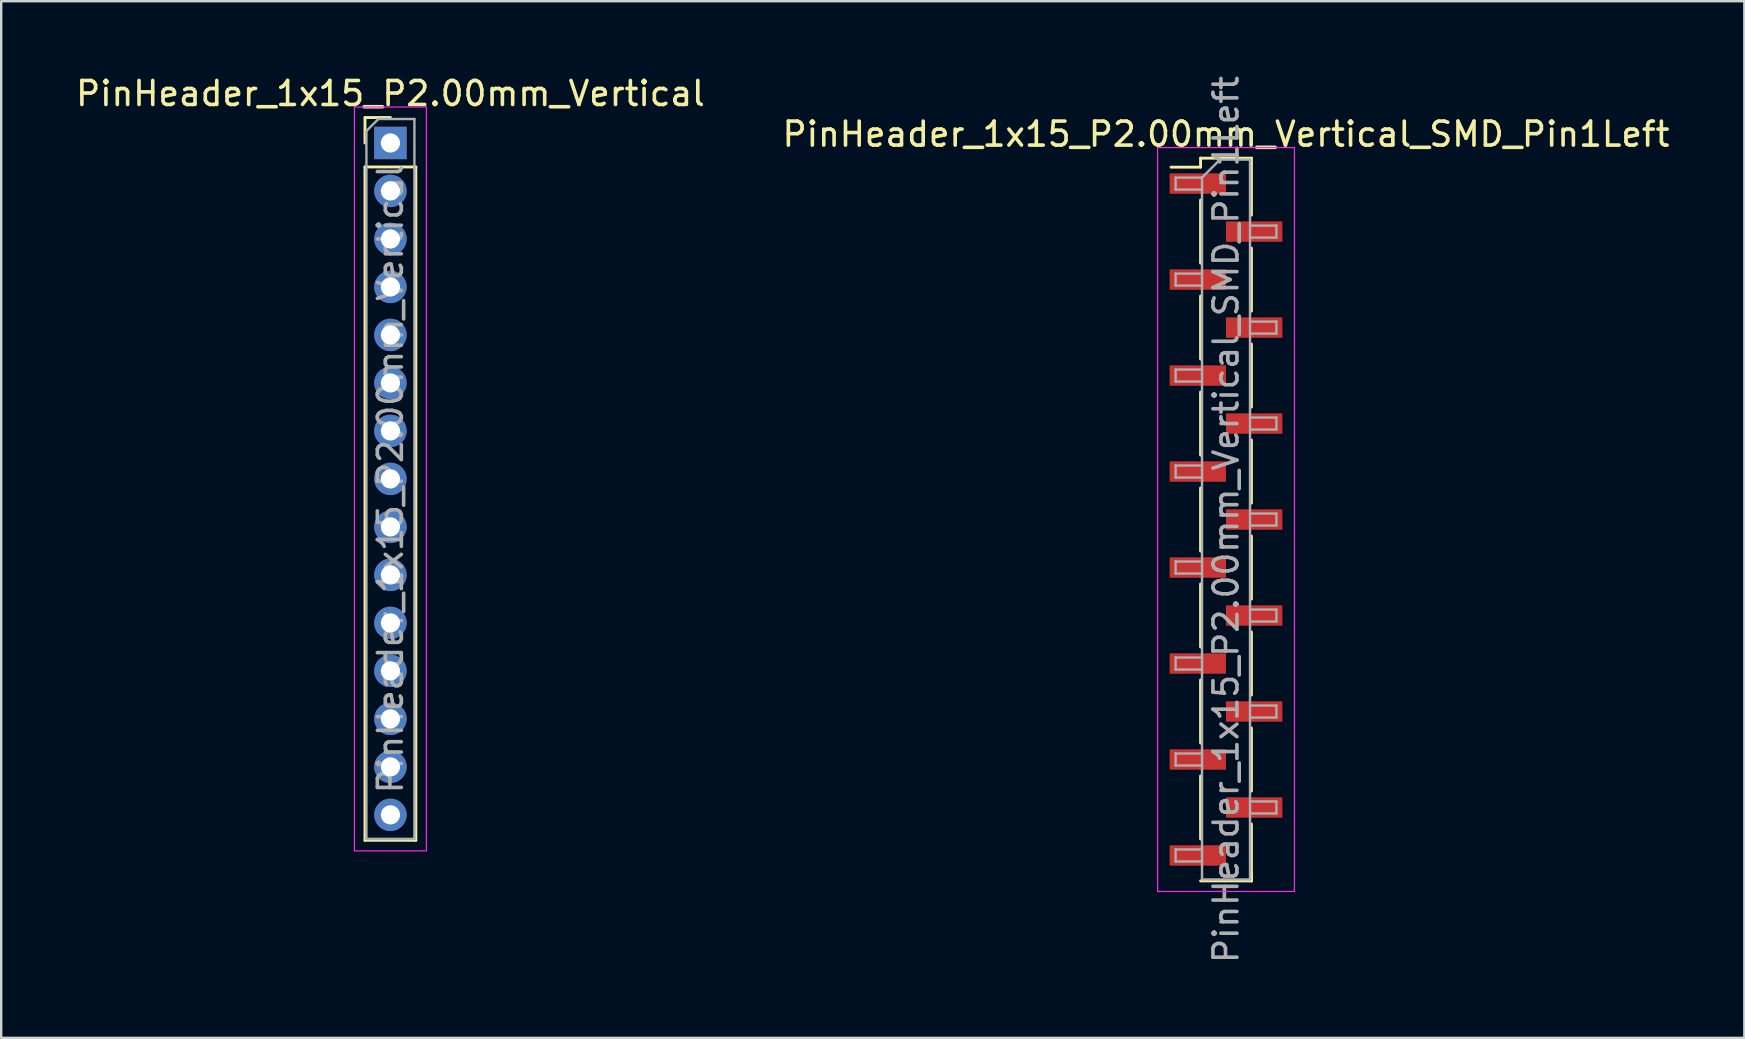
<source format=kicad_pcb>
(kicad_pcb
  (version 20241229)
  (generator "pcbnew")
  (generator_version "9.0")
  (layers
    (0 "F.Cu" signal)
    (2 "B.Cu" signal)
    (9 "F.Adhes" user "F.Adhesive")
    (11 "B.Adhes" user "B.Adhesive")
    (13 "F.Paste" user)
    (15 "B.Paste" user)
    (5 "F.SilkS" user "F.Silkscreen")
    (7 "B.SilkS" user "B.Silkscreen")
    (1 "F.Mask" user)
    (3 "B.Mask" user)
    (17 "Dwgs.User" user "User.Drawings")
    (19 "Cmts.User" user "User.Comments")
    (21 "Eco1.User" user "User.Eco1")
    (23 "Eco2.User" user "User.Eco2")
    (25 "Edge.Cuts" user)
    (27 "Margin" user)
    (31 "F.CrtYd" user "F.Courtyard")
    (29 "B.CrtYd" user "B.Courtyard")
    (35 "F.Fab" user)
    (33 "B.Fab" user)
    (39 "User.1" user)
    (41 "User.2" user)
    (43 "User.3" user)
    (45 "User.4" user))
  (footprint "PinHeader_1x15_P2.00mm_Vertical"
    (layer "F.Cu")
    (at 13.22 2.908)
    (property "Reference" "PinHeader_1x15_P2.00mm_Vertical" (at 0 -2.06 0) (layer "F.SilkS") (effects (font (size 1 1) (thickness 0.15))))
    (attr through_hole)
    (fp_line (start -1.06 -1.06) (end 0 -1.06) (stroke (width 0.12) (type solid)) (layer "F.SilkS"))
    (fp_line (start -1.06 0) (end -1.06 -1.06) (stroke (width 0.12) (type solid)) (layer "F.SilkS"))
    (fp_line (start -1.06 1) (end -1.06 29.06) (stroke (width 0.12) (type solid)) (layer "F.SilkS"))
    (fp_line (start -1.06 1) (end 1.06 1) (stroke (width 0.12) (type solid)) (layer "F.SilkS"))
    (fp_line (start -1.06 29.06) (end 1.06 29.06) (stroke (width 0.12) (type solid)) (layer "F.SilkS"))
    (fp_line (start 1.06 1) (end 1.06 29.06) (stroke (width 0.12) (type solid)) (layer "F.SilkS"))
    (fp_line (start -1.5 -1.5) (end -1.5 29.5) (stroke (width 0.05) (type solid)) (layer "F.CrtYd"))
    (fp_line (start -1.5 29.5) (end 1.5 29.5) (stroke (width 0.05) (type solid)) (layer "F.CrtYd"))
    (fp_line (start 1.5 -1.5) (end -1.5 -1.5) (stroke (width 0.05) (type solid)) (layer "F.CrtYd"))
    (fp_line (start 1.5 29.5) (end 1.5 -1.5) (stroke (width 0.05) (type solid)) (layer "F.CrtYd"))
    (fp_line (start -1 -0.5) (end -0.5 -1) (stroke (width 0.1) (type solid)) (layer "F.Fab"))
    (fp_line (start -1 29) (end -1 -0.5) (stroke (width 0.1) (type solid)) (layer "F.Fab"))
    (fp_line (start -0.5 -1) (end 1 -1) (stroke (width 0.1) (type solid)) (layer "F.Fab"))
    (fp_line (start 1 -1) (end 1 29) (stroke (width 0.1) (type solid)) (layer "F.Fab"))
    (fp_line (start 1 29) (end -1 29) (stroke (width 0.1) (type solid)) (layer "F.Fab"))
    (fp_text user "${REFERENCE}" (at 0 14 90) (layer "F.Fab") (effects (font (size 1 1) (thickness 0.15))))
    (pad "1" thru_hole rect (at 0 0) (size 1.35 1.35) (drill 0.8) (layers "*.Cu" "*.Mask"))
    (pad "2" thru_hole oval (at 0 2) (size 1.35 1.35) (drill 0.8) (layers "*.Cu" "*.Mask"))
    (pad "3" thru_hole oval (at 0 4) (size 1.35 1.35) (drill 0.8) (layers "*.Cu" "*.Mask"))
    (pad "4" thru_hole oval (at 0 6) (size 1.35 1.35) (drill 0.8) (layers "*.Cu" "*.Mask"))
    (pad "5" thru_hole oval (at 0 8) (size 1.35 1.35) (drill 0.8) (layers "*.Cu" "*.Mask"))
    (pad "6" thru_hole oval (at 0 10) (size 1.35 1.35) (drill 0.8) (layers "*.Cu" "*.Mask"))
    (pad "7" thru_hole oval (at 0 12) (size 1.35 1.35) (drill 0.8) (layers "*.Cu" "*.Mask"))
    (pad "8" thru_hole oval (at 0 14) (size 1.35 1.35) (drill 0.8) (layers "*.Cu" "*.Mask"))
    (pad "9" thru_hole oval (at 0 16) (size 1.35 1.35) (drill 0.8) (layers "*.Cu" "*.Mask"))
    (pad "10" thru_hole oval (at 0 18) (size 1.35 1.35) (drill 0.8) (layers "*.Cu" "*.Mask"))
    (pad "11" thru_hole oval (at 0 20) (size 1.35 1.35) (drill 0.8) (layers "*.Cu" "*.Mask"))
    (pad "12" thru_hole oval (at 0 22) (size 1.35 1.35) (drill 0.8) (layers "*.Cu" "*.Mask"))
    (pad "13" thru_hole oval (at 0 24) (size 1.35 1.35) (drill 0.8) (layers "*.Cu" "*.Mask"))
    (pad "14" thru_hole oval (at 0 26) (size 1.35 1.35) (drill 0.8) (layers "*.Cu" "*.Mask"))
    (pad "15" thru_hole oval (at 0 28) (size 1.35 1.35) (drill 0.8) (layers "*.Cu" "*.Mask")))
  (footprint "PinHeader_1x15_P2.00mm_Vertical_SMD_Pin1Left"
    (layer "F.Cu")
    (at 48.042 18.601)
    (property "Reference" "PinHeader_1x15_P2.00mm_Vertical_SMD_Pin1Left" (at 0 -16.06 0) (layer "F.SilkS") (effects (font (size 1 1) (thickness 0.15))))
    (attr smd)
    (fp_line (start -1.06 -15.06) (end -1.06 -14.685) (stroke (width 0.12) (type solid)) (layer "F.SilkS"))
    (fp_line (start -1.06 -15.06) (end 1.06 -15.06) (stroke (width 0.12) (type solid)) (layer "F.SilkS"))
    (fp_line (start -1.06 -14.685) (end -2.29 -14.685) (stroke (width 0.12) (type solid)) (layer "F.SilkS"))
    (fp_line (start -1.06 -13.315) (end -1.06 -10.685) (stroke (width 0.12) (type solid)) (layer "F.SilkS"))
    (fp_line (start -1.06 -9.315) (end -1.06 -6.685) (stroke (width 0.12) (type solid)) (layer "F.SilkS"))
    (fp_line (start -1.06 -5.315) (end -1.06 -2.685) (stroke (width 0.12) (type solid)) (layer "F.SilkS"))
    (fp_line (start -1.06 -1.315) (end -1.06 1.315) (stroke (width 0.12) (type solid)) (layer "F.SilkS"))
    (fp_line (start -1.06 2.685) (end -1.06 5.315) (stroke (width 0.12) (type solid)) (layer "F.SilkS"))
    (fp_line (start -1.06 6.685) (end -1.06 9.315) (stroke (width 0.12) (type solid)) (layer "F.SilkS"))
    (fp_line (start -1.06 10.685) (end -1.06 13.315) (stroke (width 0.12) (type solid)) (layer "F.SilkS"))
    (fp_line (start -1.06 15.06) (end 1.06 15.06) (stroke (width 0.12) (type solid)) (layer "F.SilkS"))
    (fp_line (start 1.06 -15.06) (end 1.06 -12.685) (stroke (width 0.12) (type solid)) (layer "F.SilkS"))
    (fp_line (start 1.06 -11.315) (end 1.06 -8.685) (stroke (width 0.12) (type solid)) (layer "F.SilkS"))
    (fp_line (start 1.06 -7.315) (end 1.06 -4.685) (stroke (width 0.12) (type solid)) (layer "F.SilkS"))
    (fp_line (start 1.06 -3.315) (end 1.06 -0.685) (stroke (width 0.12) (type solid)) (layer "F.SilkS"))
    (fp_line (start 1.06 0.685) (end 1.06 3.315) (stroke (width 0.12) (type solid)) (layer "F.SilkS"))
    (fp_line (start 1.06 4.685) (end 1.06 7.315) (stroke (width 0.12) (type solid)) (layer "F.SilkS"))
    (fp_line (start 1.06 8.685) (end 1.06 11.315) (stroke (width 0.12) (type solid)) (layer "F.SilkS"))
    (fp_line (start 1.06 12.685) (end 1.06 15.06) (stroke (width 0.12) (type solid)) (layer "F.SilkS"))
    (fp_line (start 1.06 14.685) (end 1.06 15.06) (stroke (width 0.12) (type solid)) (layer "F.SilkS"))
    (fp_line (start -2.85 -15.5) (end -2.85 15.5) (stroke (width 0.05) (type solid)) (layer "F.CrtYd"))
    (fp_line (start -2.85 15.5) (end 2.85 15.5) (stroke (width 0.05) (type solid)) (layer "F.CrtYd"))
    (fp_line (start 2.85 -15.5) (end -2.85 -15.5) (stroke (width 0.05) (type solid)) (layer "F.CrtYd"))
    (fp_line (start 2.85 15.5) (end 2.85 -15.5) (stroke (width 0.05) (type solid)) (layer "F.CrtYd"))
    (fp_line (start -2.1 -14.25) (end -2.1 -13.75) (stroke (width 0.1) (type solid)) (layer "F.Fab"))
    (fp_line (start -2.1 -13.75) (end -1 -13.75) (stroke (width 0.1) (type solid)) (layer "F.Fab"))
    (fp_line (start -2.1 -10.25) (end -2.1 -9.75) (stroke (width 0.1) (type solid)) (layer "F.Fab"))
    (fp_line (start -2.1 -9.75) (end -1 -9.75) (stroke (width 0.1) (type solid)) (layer "F.Fab"))
    (fp_line (start -2.1 -6.25) (end -2.1 -5.75) (stroke (width 0.1) (type solid)) (layer "F.Fab"))
    (fp_line (start -2.1 -5.75) (end -1 -5.75) (stroke (width 0.1) (type solid)) (layer "F.Fab"))
    (fp_line (start -2.1 -2.25) (end -2.1 -1.75) (stroke (width 0.1) (type solid)) (layer "F.Fab"))
    (fp_line (start -2.1 -1.75) (end -1 -1.75) (stroke (width 0.1) (type solid)) (layer "F.Fab"))
    (fp_line (start -2.1 1.75) (end -2.1 2.25) (stroke (width 0.1) (type solid)) (layer "F.Fab"))
    (fp_line (start -2.1 2.25) (end -1 2.25) (stroke (width 0.1) (type solid)) (layer "F.Fab"))
    (fp_line (start -2.1 5.75) (end -2.1 6.25) (stroke (width 0.1) (type solid)) (layer "F.Fab"))
    (fp_line (start -2.1 6.25) (end -1 6.25) (stroke (width 0.1) (type solid)) (layer "F.Fab"))
    (fp_line (start -2.1 9.75) (end -2.1 10.25) (stroke (width 0.1) (type solid)) (layer "F.Fab"))
    (fp_line (start -2.1 10.25) (end -1 10.25) (stroke (width 0.1) (type solid)) (layer "F.Fab"))
    (fp_line (start -2.1 13.75) (end -2.1 14.25) (stroke (width 0.1) (type solid)) (layer "F.Fab"))
    (fp_line (start -2.1 14.25) (end -1 14.25) (stroke (width 0.1) (type solid)) (layer "F.Fab"))
    (fp_line (start -1 -14.25) (end -2.1 -14.25) (stroke (width 0.1) (type solid)) (layer "F.Fab"))
    (fp_line (start -1 -14.25) (end -0.25 -15) (stroke (width 0.1) (type solid)) (layer "F.Fab"))
    (fp_line (start -1 -10.25) (end -2.1 -10.25) (stroke (width 0.1) (type solid)) (layer "F.Fab"))
    (fp_line (start -1 -6.25) (end -2.1 -6.25) (stroke (width 0.1) (type solid)) (layer "F.Fab"))
    (fp_line (start -1 -2.25) (end -2.1 -2.25) (stroke (width 0.1) (type solid)) (layer "F.Fab"))
    (fp_line (start -1 1.75) (end -2.1 1.75) (stroke (width 0.1) (type solid)) (layer "F.Fab"))
    (fp_line (start -1 5.75) (end -2.1 5.75) (stroke (width 0.1) (type solid)) (layer "F.Fab"))
    (fp_line (start -1 9.75) (end -2.1 9.75) (stroke (width 0.1) (type solid)) (layer "F.Fab"))
    (fp_line (start -1 13.75) (end -2.1 13.75) (stroke (width 0.1) (type solid)) (layer "F.Fab"))
    (fp_line (start -1 15) (end -1 -14.25) (stroke (width 0.1) (type solid)) (layer "F.Fab"))
    (fp_line (start -0.25 -15) (end 1 -15) (stroke (width 0.1) (type solid)) (layer "F.Fab"))
    (fp_line (start 1 -15) (end 1 15) (stroke (width 0.1) (type solid)) (layer "F.Fab"))
    (fp_line (start 1 -12.25) (end 2.1 -12.25) (stroke (width 0.1) (type solid)) (layer "F.Fab"))
    (fp_line (start 1 -8.25) (end 2.1 -8.25) (stroke (width 0.1) (type solid)) (layer "F.Fab"))
    (fp_line (start 1 -4.25) (end 2.1 -4.25) (stroke (width 0.1) (type solid)) (layer "F.Fab"))
    (fp_line (start 1 -0.25) (end 2.1 -0.25) (stroke (width 0.1) (type solid)) (layer "F.Fab"))
    (fp_line (start 1 3.75) (end 2.1 3.75) (stroke (width 0.1) (type solid)) (layer "F.Fab"))
    (fp_line (start 1 7.75) (end 2.1 7.75) (stroke (width 0.1) (type solid)) (layer "F.Fab"))
    (fp_line (start 1 11.75) (end 2.1 11.75) (stroke (width 0.1) (type solid)) (layer "F.Fab"))
    (fp_line (start 1 15) (end -1 15) (stroke (width 0.1) (type solid)) (layer "F.Fab"))
    (fp_line (start 2.1 -12.25) (end 2.1 -11.75) (stroke (width 0.1) (type solid)) (layer "F.Fab"))
    (fp_line (start 2.1 -11.75) (end 1 -11.75) (stroke (width 0.1) (type solid)) (layer "F.Fab"))
    (fp_line (start 2.1 -8.25) (end 2.1 -7.75) (stroke (width 0.1) (type solid)) (layer "F.Fab"))
    (fp_line (start 2.1 -7.75) (end 1 -7.75) (stroke (width 0.1) (type solid)) (layer "F.Fab"))
    (fp_line (start 2.1 -4.25) (end 2.1 -3.75) (stroke (width 0.1) (type solid)) (layer "F.Fab"))
    (fp_line (start 2.1 -3.75) (end 1 -3.75) (stroke (width 0.1) (type solid)) (layer "F.Fab"))
    (fp_line (start 2.1 -0.25) (end 2.1 0.25) (stroke (width 0.1) (type solid)) (layer "F.Fab"))
    (fp_line (start 2.1 0.25) (end 1 0.25) (stroke (width 0.1) (type solid)) (layer "F.Fab"))
    (fp_line (start 2.1 3.75) (end 2.1 4.25) (stroke (width 0.1) (type solid)) (layer "F.Fab"))
    (fp_line (start 2.1 4.25) (end 1 4.25) (stroke (width 0.1) (type solid)) (layer "F.Fab"))
    (fp_line (start 2.1 7.75) (end 2.1 8.25) (stroke (width 0.1) (type solid)) (layer "F.Fab"))
    (fp_line (start 2.1 8.25) (end 1 8.25) (stroke (width 0.1) (type solid)) (layer "F.Fab"))
    (fp_line (start 2.1 11.75) (end 2.1 12.25) (stroke (width 0.1) (type solid)) (layer "F.Fab"))
    (fp_line (start 2.1 12.25) (end 1 12.25) (stroke (width 0.1) (type solid)) (layer "F.Fab"))
    (fp_text user "${REFERENCE}" (at 0 0 90) (layer "F.Fab") (effects (font (size 1 1) (thickness 0.15))))
    (pad "1" smd rect (at -1.175 -14) (size 2.35 0.85) (layers "F.Cu" "F.Mask" "F.Paste"))
    (pad "2" smd rect (at 1.175 -12) (size 2.35 0.85) (layers "F.Cu" "F.Mask" "F.Paste"))
    (pad "3" smd rect (at -1.175 -10) (size 2.35 0.85) (layers "F.Cu" "F.Mask" "F.Paste"))
    (pad "4" smd rect (at 1.175 -8) (size 2.35 0.85) (layers "F.Cu" "F.Mask" "F.Paste"))
    (pad "5" smd rect (at -1.175 -6) (size 2.35 0.85) (layers "F.Cu" "F.Mask" "F.Paste"))
    (pad "6" smd rect (at 1.175 -4) (size 2.35 0.85) (layers "F.Cu" "F.Mask" "F.Paste"))
    (pad "7" smd rect (at -1.175 -2) (size 2.35 0.85) (layers "F.Cu" "F.Mask" "F.Paste"))
    (pad "8" smd rect (at 1.175 0) (size 2.35 0.85) (layers "F.Cu" "F.Mask" "F.Paste"))
    (pad "9" smd rect (at -1.175 2) (size 2.35 0.85) (layers "F.Cu" "F.Mask" "F.Paste"))
    (pad "10" smd rect (at 1.175 4) (size 2.35 0.85) (layers "F.Cu" "F.Mask" "F.Paste"))
    (pad "11" smd rect (at -1.175 6) (size 2.35 0.85) (layers "F.Cu" "F.Mask" "F.Paste"))
    (pad "12" smd rect (at 1.175 8) (size 2.35 0.85) (layers "F.Cu" "F.Mask" "F.Paste"))
    (pad "13" smd rect (at -1.175 10) (size 2.35 0.85) (layers "F.Cu" "F.Mask" "F.Paste"))
    (pad "14" smd rect (at 1.175 12) (size 2.35 0.85) (layers "F.Cu" "F.Mask" "F.Paste"))
    (pad "15" smd rect (at -1.175 14) (size 2.35 0.85) (layers "F.Cu" "F.Mask" "F.Paste")))
  (gr_rect
    (start -3 -3)
    (end 69.643 40.202)
    (stroke (width 0.1) (type default))
    (fill no)
    (layer "Edge.Cuts")))
</source>
